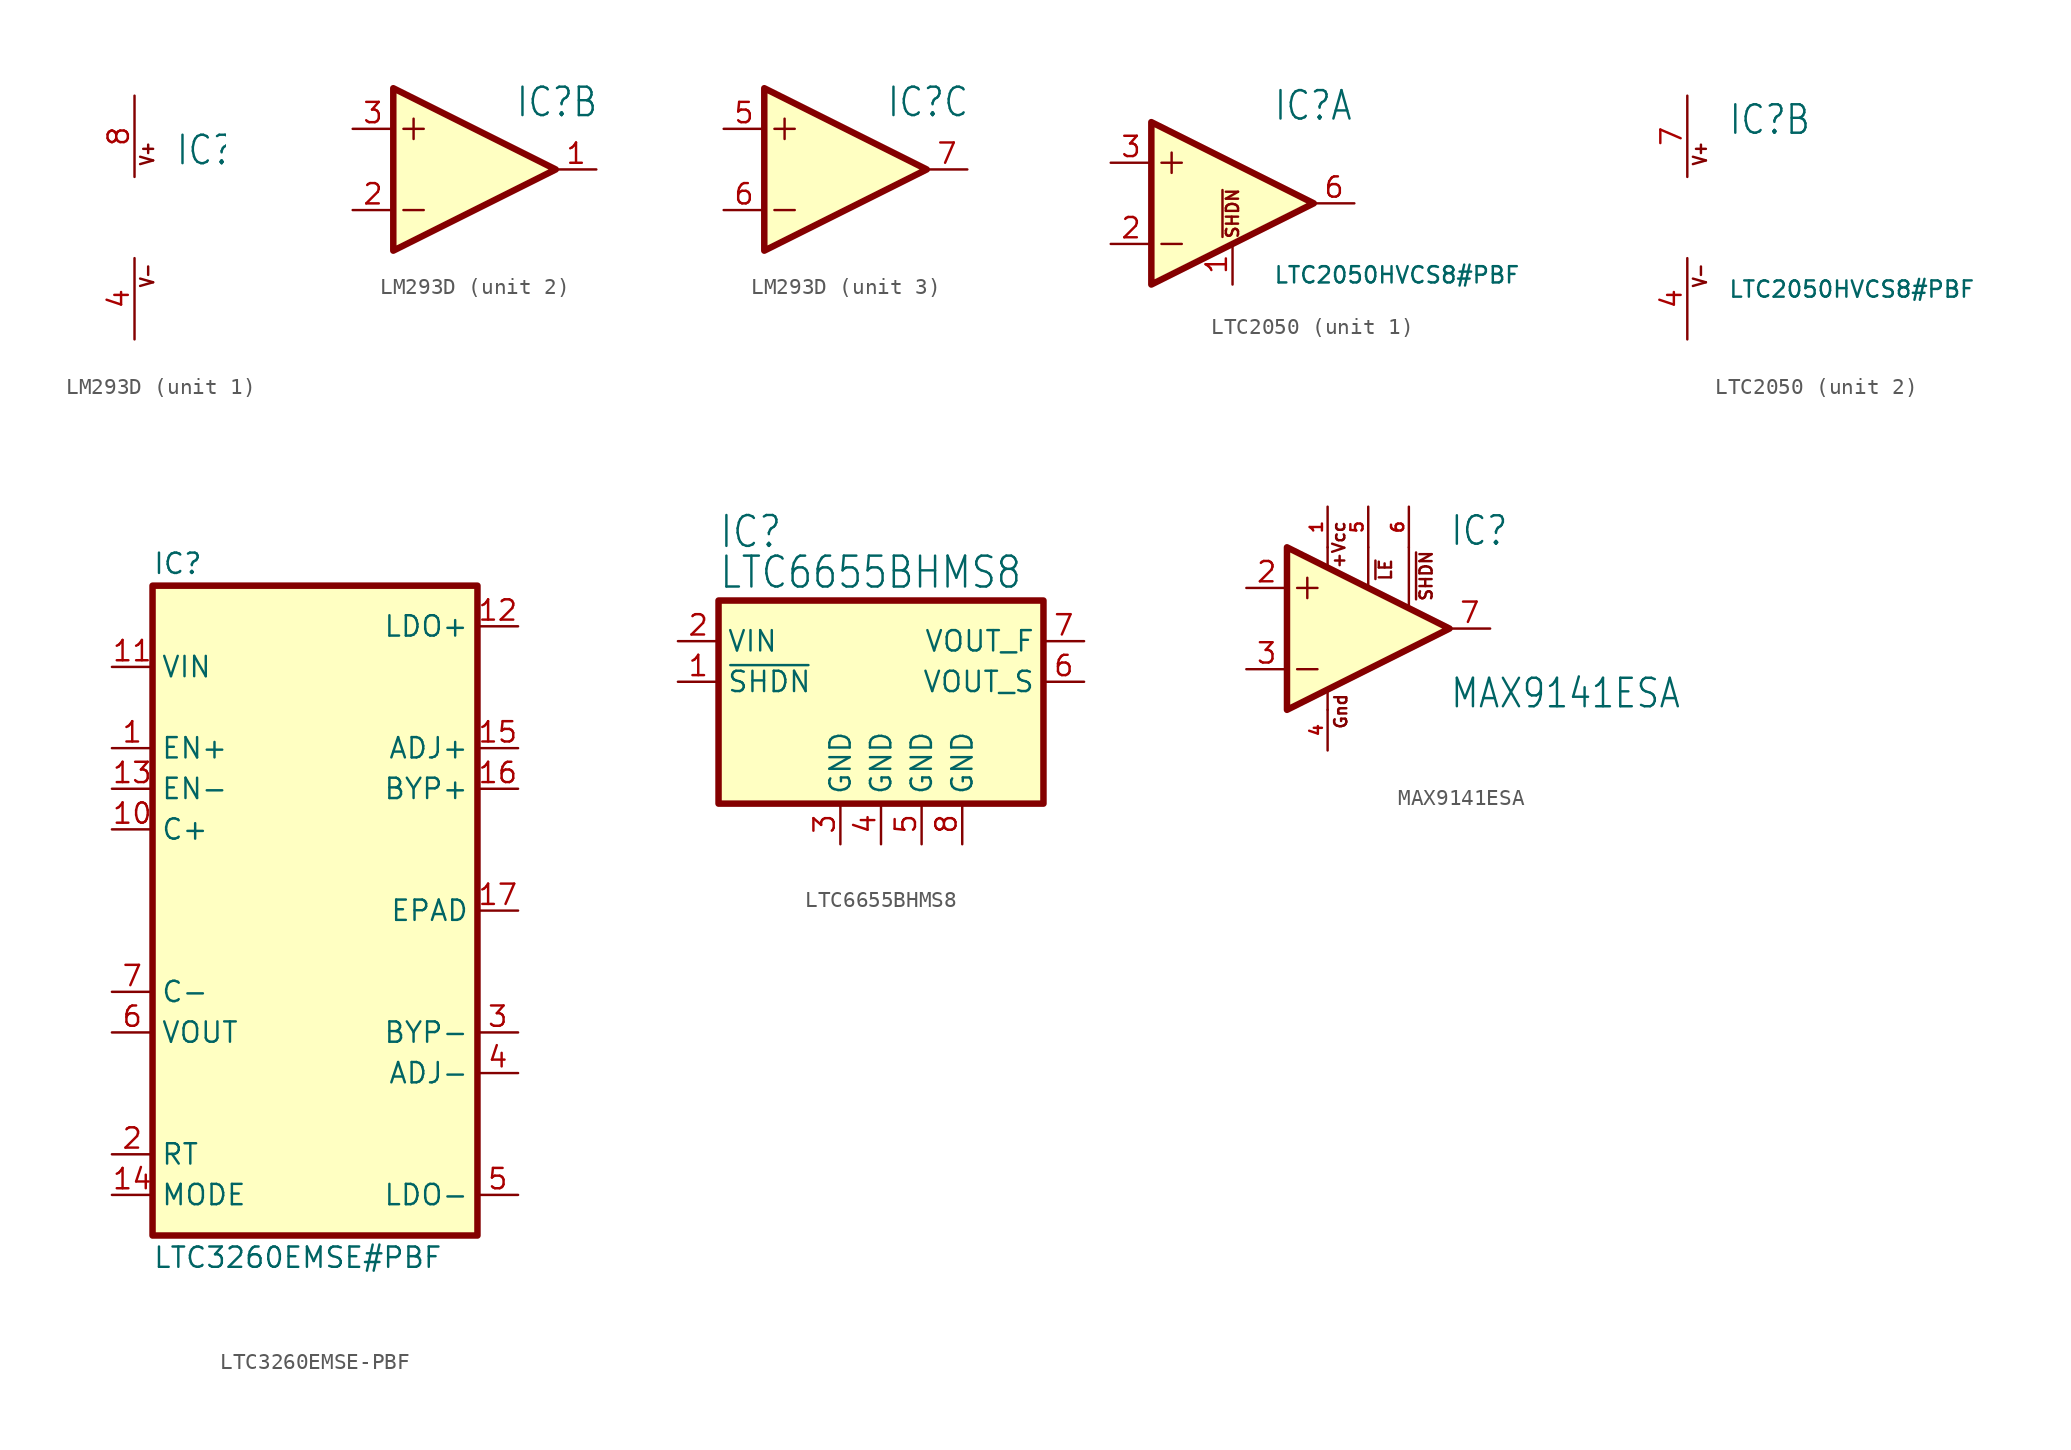
<source format=kicad_sym>
(kicad_symbol_lib
  (version 20241209)
  (generator "kicad_symbol_editor")
  (generator_version "9.0")
  (symbol "LM293D"
    (property "Reference" "IC"
      (at 2.54 3.175 0)
      (effects (font (size 1.778 1.511)) (justify left bottom)))
    (property "ki_locked" ""
      (at 0 0 0)
      (effects (font (size 1.27 1.27))))
    (symbol "LM293D_1_0"
      (text "V+" (at 1.27 3.175 900) (effects (font (size 0.813 0.691)) (justify left bottom)))
      (text "V-" (at 1.27 -4.445 900) (effects (font (size 0.813 0.691)) (justify left bottom)))
      (pin power_in line (at 0 7.62 270) (length 5.08) (name "V+" (effects (font (size 0 0)))) (number "8" (effects (font (size 1.27 1.27)))))
      (pin power_in line (at 0 -7.62 90) (length 5.08) (name "V-" (effects (font (size 0 0)))) (number "4" (effects (font (size 1.27 1.27))))))
    (symbol "LM293D_2_0"
      (polyline (pts (xy -4.445 2.54) (xy -3.175 2.54)) (stroke (width 0.152) (type solid)) (fill (type none)))
      (polyline (pts (xy -4.445 -2.54) (xy -3.175 -2.54)) (stroke (width 0.152) (type solid)) (fill (type none)))
      (polyline (pts (xy -3.81 3.175) (xy -3.81 1.905)) (stroke (width 0.152) (type solid)) (fill (type none)))
      (pin input line (at -7.62 2.54 0) (length 2.54) (name "+IN" (effects (font (size 0 0)))) (number "3" (effects (font (size 1.27 1.27)))))
      (pin input line (at -7.62 -2.54 0) (length 2.54) (name "-IN" (effects (font (size 0 0)))) (number "2" (effects (font (size 1.27 1.27)))))
      (pin output line (at 7.62 0 180) (length 2.54) (name "OUT" (effects (font (size 0 0)))) (number "1" (effects (font (size 1.27 1.27))))))
    (symbol "LM293D_2_1"
      (polyline (pts (xy -5.08 5.08) (xy 5.08 0) (xy -5.08 -5.08) (xy -5.08 5.08)) (stroke (width 0.406) (type default)) (fill (type background))))
    (symbol "LM293D_3_0"
      (polyline (pts (xy -4.445 2.54) (xy -3.175 2.54)) (stroke (width 0.152) (type solid)) (fill (type none)))
      (polyline (pts (xy -4.445 -2.54) (xy -3.175 -2.54)) (stroke (width 0.152) (type solid)) (fill (type none)))
      (polyline (pts (xy -3.81 3.175) (xy -3.81 1.905)) (stroke (width 0.152) (type solid)) (fill (type none)))
      (pin input line (at -7.62 2.54 0) (length 2.54) (name "+IN" (effects (font (size 0 0)))) (number "5" (effects (font (size 1.27 1.27)))))
      (pin input line (at -7.62 -2.54 0) (length 2.54) (name "-IN" (effects (font (size 0 0)))) (number "6" (effects (font (size 1.27 1.27)))))
      (pin output line (at 7.62 0 180) (length 2.54) (name "OUT" (effects (font (size 0 0)))) (number "7" (effects (font (size 1.27 1.27))))))
    (symbol "LM293D_3_1"
      (polyline (pts (xy -5.08 5.08) (xy 5.08 0) (xy -5.08 -5.08) (xy -5.08 5.08)) (stroke (width 0.406) (type default)) (fill (type background)))))
  (symbol "LTC2050"
    (property "Reference" "IC"
      (at 2.54 5.08 0)
      (effects (font (size 1.778 1.511)) (justify left bottom)))
    (property "Value" "LTC2050HVCS8#PBF"
      (at 2.54 -5.08 0)
      (effects (font (size 1.016 1.016)) (justify left bottom)))
    (property "ki_locked" ""
      (at 0 0 0)
      (effects (font (size 1.27 1.27))))
    (symbol "LTC2050_1_0"
      (polyline (pts (xy -4.445 2.54) (xy -3.175 2.54)) (stroke (width 0.152) (type solid)) (fill (type none)))
      (polyline (pts (xy -4.445 -2.54) (xy -3.175 -2.54)) (stroke (width 0.152) (type solid)) (fill (type none)))
      (polyline (pts (xy -3.81 3.175) (xy -3.81 1.905)) (stroke (width 0.152) (type solid)) (fill (type none)))
      (pin input line (at -7.62 2.54 0) (length 2.54) (name "+IN" (effects (font (size 0 0)))) (number "3" (effects (font (size 1.27 1.27)))))
      (pin input line (at -7.62 -2.54 0) (length 2.54) (name "-IN" (effects (font (size 0 0)))) (number "2" (effects (font (size 1.27 1.27)))))
      (pin no_connect line (at 0 5.08 270) (length 2.54) (hide yes) (name "NC" (effects (font (size 1.27 1.27)))) (number "5" (effects (font (size 1.27 1.27)))))
      (pin input line (at 0 -5.08 90) (length 2.54) (name "SHDN" (effects (font (size 0 0)))) (number "1" (effects (font (size 1.27 1.27)))))
      (pin no_connect line (at 2.54 5.08 270) (length 2.54) (hide yes) (name "NC" (effects (font (size 1.27 1.27)))) (number "8" (effects (font (size 1.27 1.27)))))
      (pin output line (at 7.62 0 180) (length 2.54) (name "OUT" (effects (font (size 0 0)))) (number "6" (effects (font (size 1.27 1.27))))))
    (symbol "LTC2050_1_1"
      (polyline (pts (xy -5.08 5.08) (xy 5.08 0) (xy -5.08 -5.08) (xy -5.08 5.08)) (stroke (width 0.406) (type default)) (fill (type background)))
      (text "~{SHDN}" (at 0 -0.635 900) (effects (font (size 0.762 0.762)))))
    (symbol "LTC2050_2_0"
      (text "V+" (at 1.27 3.175 900) (effects (font (size 0.813 0.691)) (justify left bottom)))
      (text "V-" (at 1.27 -4.445 900) (effects (font (size 0.813 0.691)) (justify left bottom)))
      (pin power_in line (at 0 7.62 270) (length 5.08) (name "V+" (effects (font (size 0 0)))) (number "7" (effects (font (size 1.27 1.27)))))
      (pin power_in line (at 0 -7.62 90) (length 5.08) (name "V-" (effects (font (size 0 0)))) (number "4" (effects (font (size 1.27 1.27)))))))
  (symbol "LTC3260EMSE-PBF"
    (property "Reference" "IC"
      (at 2.54 3.175 0)
      (effects (font (size 1.27 1.27)) (justify left bottom)))
    (property "Value" "LTC3260EMSE#PBF"
      (at 2.54 -38.735 0)
      (effects (font (size 1.27 1.27)) (justify left top)))
    (symbol "LTC3260EMSE-PBF_1_1"
      (rectangle (start 2.54 2.54) (end 22.86 -38.1) (stroke (width 0.406) (type solid)) (fill (type background)))
      (pin input line (at 0 -2.54 0) (length 2.54) (name "VIN" (effects (font (size 1.27 1.27)))) (number "11" (effects (font (size 1.27 1.27)))))
      (pin input line (at 0 -7.62 0) (length 2.54) (name "EN+" (effects (font (size 1.27 1.27)))) (number "1" (effects (font (size 1.27 1.27)))))
      (pin input line (at 0 -10.16 0) (length 2.54) (name "EN-" (effects (font (size 1.27 1.27)))) (number "13" (effects (font (size 1.27 1.27)))))
      (pin unspecified line (at 0 -12.7 0) (length 2.54) (name "C+" (effects (font (size 1.27 1.27)))) (number "10" (effects (font (size 1.27 1.27)))))
      (pin unspecified line (at 0 -22.86 0) (length 2.54) (name "C-" (effects (font (size 1.27 1.27)))) (number "7" (effects (font (size 1.27 1.27)))))
      (pin power_out line (at 0 -25.4 0) (length 2.54) (name "VOUT" (effects (font (size 1.27 1.27)))) (number "6" (effects (font (size 1.27 1.27)))))
      (pin input line (at 0 -33.02 0) (length 2.54) (name "RT" (effects (font (size 1.27 1.27)))) (number "2" (effects (font (size 1.27 1.27)))))
      (pin input line (at 0 -35.56 0) (length 2.54) (name "MODE" (effects (font (size 1.27 1.27)))) (number "14" (effects (font (size 1.27 1.27)))))
      (pin no_connect line (at 2.54 -15.24 0) (length 0) (hide yes) (name "NC" (effects (font (size 1.27 1.27)))) (number "9" (effects (font (size 1.27 1.27)))))
      (pin no_connect line (at 2.54 -20.32 0) (length 0) (hide yes) (name "NC" (effects (font (size 1.27 1.27)))) (number "8" (effects (font (size 1.27 1.27)))))
      (pin power_out line (at 25.4 0 180) (length 2.54) (name "LDO+" (effects (font (size 1.27 1.27)))) (number "12" (effects (font (size 1.27 1.27)))))
      (pin input line (at 25.4 -7.62 180) (length 2.54) (name "ADJ+" (effects (font (size 1.27 1.27)))) (number "15" (effects (font (size 1.27 1.27)))))
      (pin output line (at 25.4 -10.16 180) (length 2.54) (name "BYP+" (effects (font (size 1.27 1.27)))) (number "16" (effects (font (size 1.27 1.27)))))
      (pin power_in line (at 25.4 -17.78 180) (length 2.54) (name "EPAD" (effects (font (size 1.27 1.27)))) (number "17" (effects (font (size 1.27 1.27)))))
      (pin output line (at 25.4 -25.4 180) (length 2.54) (name "BYP-" (effects (font (size 1.27 1.27)))) (number "3" (effects (font (size 1.27 1.27)))))
      (pin input line (at 25.4 -27.94 180) (length 2.54) (name "ADJ-" (effects (font (size 1.27 1.27)))) (number "4" (effects (font (size 1.27 1.27)))))
      (pin power_out line (at 25.4 -35.56 180) (length 2.54) (name "LDO-" (effects (font (size 1.27 1.27)))) (number "5" (effects (font (size 1.27 1.27)))))))
  (symbol "LTC6655BHMS8"
    (property "Reference" "IC"
      (at -10.16 10.795 0)
      (effects (font (size 1.93 1.641)) (justify left bottom)))
    (property "Value" "LTC6655BHMS8"
      (at -10.16 8.255 0)
      (effects (font (size 1.93 1.641)) (justify left bottom)))
    (symbol "LTC6655BHMS8_1_0"
      (pin input line (at -12.7 5.08 0) (length 2.54) (name "VIN" (effects (font (size 1.27 1.27)))) (number "2" (effects (font (size 1.27 1.27)))))
      (pin input line (at -12.7 2.54 0) (length 2.54) (name "~{SHDN}" (effects (font (size 1.27 1.27)))) (number "1" (effects (font (size 1.27 1.27)))))
      (pin power_in line (at -2.54 -7.62 90) (length 2.54) (name "GND" (effects (font (size 1.27 1.27)))) (number "3" (effects (font (size 1.27 1.27)))))
      (pin power_in line (at 0 -7.62 90) (length 2.54) (name "GND" (effects (font (size 1.27 1.27)))) (number "4" (effects (font (size 1.27 1.27)))))
      (pin power_in line (at 2.54 -7.62 90) (length 2.54) (name "GND" (effects (font (size 1.27 1.27)))) (number "5" (effects (font (size 1.27 1.27)))))
      (pin power_in line (at 5.08 -7.62 90) (length 2.54) (name "GND" (effects (font (size 1.27 1.27)))) (number "8" (effects (font (size 1.27 1.27)))))
      (pin output line (at 12.7 5.08 180) (length 2.54) (name "VOUT_F" (effects (font (size 1.27 1.27)))) (number "7" (effects (font (size 1.27 1.27)))))
      (pin output line (at 12.7 2.54 180) (length 2.54) (name "VOUT_S" (effects (font (size 1.27 1.27)))) (number "6" (effects (font (size 1.27 1.27))))))
    (symbol "LTC6655BHMS8_1_1"
      (rectangle (start -10.16 7.62) (end 10.16 -5.08) (stroke (width 0.406) (type default)) (fill (type background)))))
  (symbol "MAX9141ESA"
    (property "Reference" "IC"
      (at 5.08 5.08 0)
      (effects (font (size 1.778 1.511)) (justify left bottom)))
    (property "Value" "MAX9141ESA"
      (at 5.08 -5.08 0)
      (effects (font (size 1.778 1.511)) (justify left bottom)))
    (symbol "MAX9141ESA_1_0"
      (polyline (pts (xy -5.08 5.08) (xy 5.08 0) (xy -5.08 -5.08) (xy -5.08 5.08)) (stroke (width 0.406) (type default)) (fill (type background)))
      (polyline (pts (xy -4.445 2.54) (xy -3.175 2.54)) (stroke (width 0.152) (type solid)) (fill (type none)))
      (polyline (pts (xy -4.445 -2.54) (xy -3.175 -2.54)) (stroke (width 0.152) (type solid)) (fill (type none)))
      (polyline (pts (xy -3.81 3.175) (xy -3.81 1.905)) (stroke (width 0.152) (type solid)) (fill (type none)))
      (polyline (pts (xy -2.54 3.81) (xy -2.54 5.08)) (stroke (width 0.152) (type solid)) (fill (type none)))
      (polyline (pts (xy -2.54 -5.08) (xy -2.54 -3.81)) (stroke (width 0.152) (type solid)) (fill (type none)))
      (polyline (pts (xy 0 2.54) (xy 0 5.08)) (stroke (width 0.152) (type solid)) (fill (type none)))
      (polyline (pts (xy 2.54 1.27) (xy 2.54 5.08)) (stroke (width 0.152) (type solid)) (fill (type none)))
      (text "+Vcc" (at -1.397 3.683 900) (effects (font (size 0.762 0.762)) (justify left bottom)))
      (text "Gnd" (at -1.27 -6.35 900) (effects (font (size 0.762 0.762)) (justify left bottom)))
      (text "~{LE}" (at 1.524 2.921 900) (effects (font (size 0.762 0.762)) (justify left bottom)))
      (text "~{SHDN}" (at 4.064 1.651 900) (effects (font (size 0.762 0.762)) (justify left bottom)))
      (pin input line (at -7.62 2.54 0) (length 2.54) (name "+IN" (effects (font (size 0 0)))) (number "2" (effects (font (size 1.27 1.27)))))
      (pin input line (at -7.62 -2.54 0) (length 2.54) (name "-IN" (effects (font (size 0 0)))) (number "3" (effects (font (size 1.27 1.27)))))
      (pin passive line (at -2.54 7.62 270) (length 2.54) (name "+VCC" (effects (font (size 0 0)))) (number "1" (effects (font (size 0.762 0.762)))))
      (pin passive line (at -2.54 -7.62 90) (length 2.54) (name "GND" (effects (font (size 0 0)))) (number "4" (effects (font (size 0.762 0.762)))))
      (pin input line (at 0 7.62 270) (length 2.54) (name "~{LE}" (effects (font (size 0 0)))) (number "5" (effects (font (size 0.762 0.762)))))
      (pin no_connect line (at 0 -5.08 90) (length 2.54) (hide yes) (name "NC" (effects (font (size 0 0)))) (number "8" (effects (font (size 0.762 0.762)))))
      (pin input line (at 2.54 7.62 270) (length 2.54) (name "~{SHDN}" (effects (font (size 0 0)))) (number "6" (effects (font (size 0.762 0.762)))))
      (pin output line (at 7.62 0 180) (length 2.54) (name "OUT" (effects (font (size 0 0)))) (number "7" (effects (font (size 1.27 1.27))))))))
</source>
